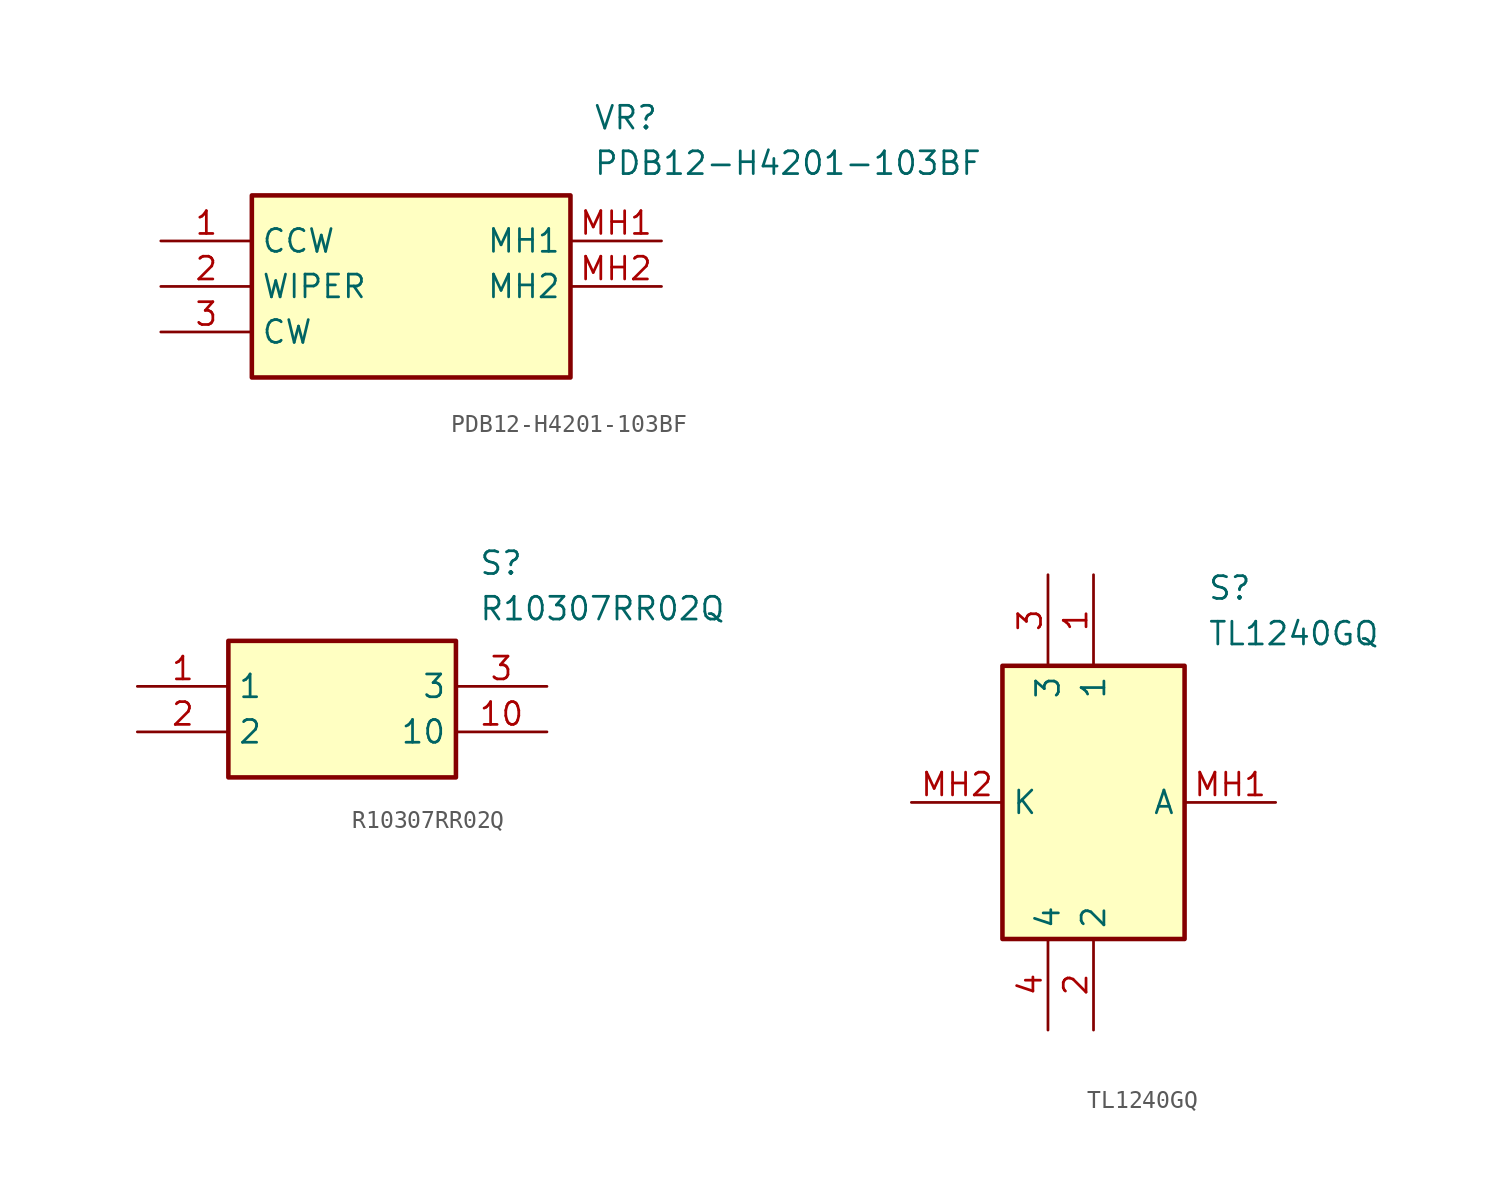
<source format=kicad_sym>
(kicad_symbol_lib
  (version 20241209)
  (generator "kicad_symbol_editor")
  (generator_version "9.0")
  (symbol "PDB12-H4201-103BF"
    (property "Reference" "VR"
      (at 24.13 7.62 0)
      (effects (font (size 1.27 1.27)) (justify left top)))
    (property "Value" "PDB12-H4201-103BF"
      (at 24.13 5.08 0)
      (effects (font (size 1.27 1.27)) (justify left top)))
    (symbol "PDB12-H4201-103BF_1_1"
      (rectangle (start 5.08 2.54) (end 22.86 -7.62) (stroke (width 0.254) (type default)) (fill (type background)))
      (pin passive line (at 0 0 0) (length 5.08) (name "CCW" (effects (font (size 1.27 1.27)))) (number "1" (effects (font (size 1.27 1.27)))))
      (pin passive line (at 0 -2.54 0) (length 5.08) (name "WIPER" (effects (font (size 1.27 1.27)))) (number "2" (effects (font (size 1.27 1.27)))))
      (pin passive line (at 0 -5.08 0) (length 5.08) (name "CW" (effects (font (size 1.27 1.27)))) (number "3" (effects (font (size 1.27 1.27)))))
      (pin passive line (at 27.94 0 180) (length 5.08) (name "MH1" (effects (font (size 1.27 1.27)))) (number "MH1" (effects (font (size 1.27 1.27)))))
      (pin passive line (at 27.94 -2.54 180) (length 5.08) (name "MH2" (effects (font (size 1.27 1.27)))) (number "MH2" (effects (font (size 1.27 1.27)))))))
  (symbol "R10307RR02Q"
    (property "Reference" "S"
      (at 19.05 7.62 0)
      (effects (font (size 1.27 1.27)) (justify left top)))
    (property "Value" "R10307RR02Q"
      (at 19.05 5.08 0)
      (effects (font (size 1.27 1.27)) (justify left top)))
    (symbol "R10307RR02Q_1_1"
      (rectangle (start 5.08 2.54) (end 17.78 -5.08) (stroke (width 0.254) (type default)) (fill (type background)))
      (pin passive line (at 0 0 0) (length 5.08) (name "1" (effects (font (size 1.27 1.27)))) (number "1" (effects (font (size 1.27 1.27)))))
      (pin passive line (at 0 -2.54 0) (length 5.08) (name "2" (effects (font (size 1.27 1.27)))) (number "2" (effects (font (size 1.27 1.27)))))
      (pin passive line (at 22.86 0 180) (length 5.08) (name "3" (effects (font (size 1.27 1.27)))) (number "3" (effects (font (size 1.27 1.27)))))
      (pin passive line (at 22.86 -2.54 180) (length 5.08) (name "10" (effects (font (size 1.27 1.27)))) (number "10" (effects (font (size 1.27 1.27)))))))
  (symbol "TL1240GQ"
    (property "Reference" "S"
      (at 16.51 12.7 0)
      (effects (font (size 1.27 1.27)) (justify left top)))
    (property "Value" "TL1240GQ"
      (at 16.51 10.16 0)
      (effects (font (size 1.27 1.27)) (justify left top)))
    (symbol "TL1240GQ_1_1"
      (rectangle (start 5.08 7.62) (end 15.24 -7.62) (stroke (width 0.254) (type default)) (fill (type background)))
      (pin passive line (at 0 0 0) (length 5.08) (name "K" (effects (font (size 1.27 1.27)))) (number "MH2" (effects (font (size 1.27 1.27)))))
      (pin passive line (at 7.62 12.7 270) (length 5.08) (name "3" (effects (font (size 1.27 1.27)))) (number "3" (effects (font (size 1.27 1.27)))))
      (pin passive line (at 7.62 -12.7 90) (length 5.08) (name "4" (effects (font (size 1.27 1.27)))) (number "4" (effects (font (size 1.27 1.27)))))
      (pin passive line (at 10.16 12.7 270) (length 5.08) (name "1" (effects (font (size 1.27 1.27)))) (number "1" (effects (font (size 1.27 1.27)))))
      (pin passive line (at 10.16 -12.7 90) (length 5.08) (name "2" (effects (font (size 1.27 1.27)))) (number "2" (effects (font (size 1.27 1.27)))))
      (pin passive line (at 20.32 0 180) (length 5.08) (name "A" (effects (font (size 1.27 1.27)))) (number "MH1" (effects (font (size 1.27 1.27))))))))
</source>
